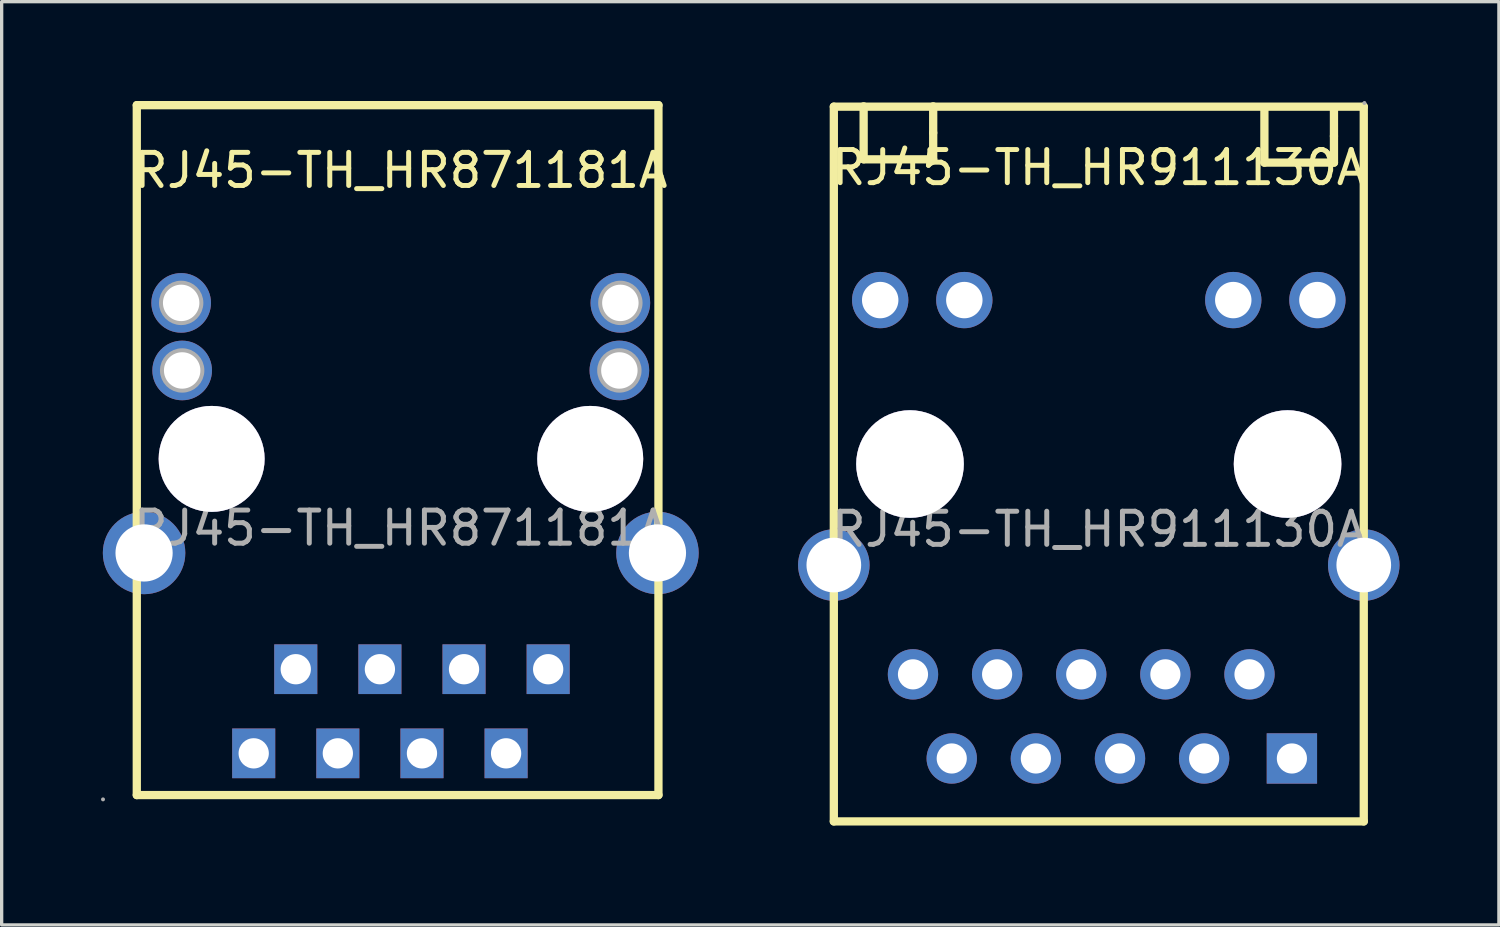
<source format=kicad_pcb>
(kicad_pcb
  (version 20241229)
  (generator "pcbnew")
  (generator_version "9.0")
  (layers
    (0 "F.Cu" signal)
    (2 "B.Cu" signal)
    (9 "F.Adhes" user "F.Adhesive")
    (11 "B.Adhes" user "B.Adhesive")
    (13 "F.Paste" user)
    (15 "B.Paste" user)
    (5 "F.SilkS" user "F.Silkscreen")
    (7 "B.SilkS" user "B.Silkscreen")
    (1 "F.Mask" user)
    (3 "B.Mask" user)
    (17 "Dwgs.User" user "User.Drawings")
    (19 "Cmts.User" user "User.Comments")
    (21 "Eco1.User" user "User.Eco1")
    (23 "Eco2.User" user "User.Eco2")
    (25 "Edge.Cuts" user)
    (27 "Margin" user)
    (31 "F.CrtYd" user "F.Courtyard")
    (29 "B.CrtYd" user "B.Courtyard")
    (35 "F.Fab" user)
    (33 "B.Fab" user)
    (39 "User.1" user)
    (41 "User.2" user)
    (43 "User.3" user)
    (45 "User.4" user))
  (footprint "RJ45-TH_HR871181A"
    (layer "F.Cu")
    (at 9.05 12.895)
    (property "Reference" "RJ45-TH_HR871181A" (at 0 -10.8 0) (layer "F.SilkS") (effects (font (size 1 1) (thickness 0.15))))
    (attr through_hole)
    (fp_line (start -7.97 -12.77) (end -7.97 8.06) (stroke (width 0.25) (type solid)) (layer "F.SilkS"))
    (fp_line (start -7.97 8.06) (end 7.78 8.06) (stroke (width 0.25) (type solid)) (layer "F.SilkS"))
    (fp_line (start 7.78 -12.77) (end -7.97 -12.77) (stroke (width 0.25) (type solid)) (layer "F.SilkS"))
    (fp_line (start 7.78 8.06) (end 7.78 -12.77) (stroke (width 0.25) (type solid)) (layer "F.SilkS"))
    (fp_circle (center -8.99 8.19) (end -8.96 8.19) (stroke (width 0.06) (type solid)) (fill no) (layer "F.Fab"))
    (fp_circle (center -7.75 0.75) (end -7.37 0.75) (stroke (width 0.76) (type solid)) (fill no) (layer "F.Fab"))
    (fp_circle (center -6.63 -6.8) (end -6.41 -6.8) (stroke (width 0.45) (type solid)) (fill no) (layer "F.Fab"))
    (fp_circle (center -6.6 -4.76) (end -6.38 -4.76) (stroke (width 0.45) (type solid)) (fill no) (layer "F.Fab"))
    (fp_circle (center -5.71 -2.09) (end -4.96 -2.09) (stroke (width 1.5) (type solid)) (fill no) (layer "F.Fab"))
    (fp_circle (center -4.44 6.8) (end -4.26 6.8) (stroke (width 0.36) (type solid)) (fill no) (layer "F.Fab"))
    (fp_circle (center -3.17 4.26) (end -2.99 4.26) (stroke (width 0.36) (type solid)) (fill no) (layer "F.Fab"))
    (fp_circle (center -1.9 6.8) (end -1.72 6.8) (stroke (width 0.36) (type solid)) (fill no) (layer "F.Fab"))
    (fp_circle (center -0.63 4.26) (end -0.45 4.26) (stroke (width 0.36) (type solid)) (fill no) (layer "F.Fab"))
    (fp_circle (center 0.64 6.8) (end 0.82 6.8) (stroke (width 0.36) (type solid)) (fill no) (layer "F.Fab"))
    (fp_circle (center 1.91 4.26) (end 2.09 4.26) (stroke (width 0.36) (type solid)) (fill no) (layer "F.Fab"))
    (fp_circle (center 3.18 6.8) (end 3.36 6.8) (stroke (width 0.36) (type solid)) (fill no) (layer "F.Fab"))
    (fp_circle (center 4.45 4.26) (end 4.63 4.26) (stroke (width 0.36) (type solid)) (fill no) (layer "F.Fab"))
    (fp_circle (center 5.72 -2.09) (end 6.47 -2.09) (stroke (width 1.5) (type solid)) (fill no) (layer "F.Fab"))
    (fp_circle (center 6.6 -4.76) (end 6.82 -4.76) (stroke (width 0.45) (type solid)) (fill no) (layer "F.Fab"))
    (fp_circle (center 6.63 -6.8) (end 6.85 -6.8) (stroke (width 0.45) (type solid)) (fill no) (layer "F.Fab"))
    (fp_circle (center 7.75 0.75) (end 8.13 0.75) (stroke (width 0.76) (type solid)) (fill no) (layer "F.Fab"))
    (fp_text user "${REFERENCE}" (at 0 0 0) (layer "F.Fab") (effects (font (size 1 1) (thickness 0.15))))
    (pad "" thru_hole circle (at -5.71 -2.09) (size 3.2 3.2) (drill 3.2) (layers "*.Cu" "*.Mask"))
    (pad "" thru_hole circle (at 5.72 -2.09) (size 3.2 3.2) (drill 3.2) (layers "*.Cu" "*.Mask"))
    (pad "1" thru_hole rect (at -4.44 6.8 270) (size 1.5 1.3) (drill 0.914) (layers "*.Cu" "*.Paste" "*.Mask"))
    (pad "2" thru_hole rect (at -3.17 4.26 270) (size 1.5 1.3) (drill 0.914) (layers "*.Cu" "*.Paste" "*.Mask"))
    (pad "3" thru_hole rect (at -1.9 6.8 270) (size 1.5 1.3) (drill 0.914) (layers "*.Cu" "*.Paste" "*.Mask"))
    (pad "4" thru_hole rect (at -0.63 4.26 270) (size 1.5 1.3) (drill 0.914) (layers "*.Cu" "*.Paste" "*.Mask"))
    (pad "5" thru_hole rect (at 0.64 6.8 270) (size 1.5 1.3) (drill 0.914) (layers "*.Cu" "*.Paste" "*.Mask"))
    (pad "6" thru_hole rect (at 1.91 4.26 270) (size 1.5 1.3) (drill 0.914) (layers "*.Cu" "*.Paste" "*.Mask"))
    (pad "7" thru_hole rect (at 3.18 6.8 270) (size 1.5 1.3) (drill 0.914) (layers "*.Cu" "*.Paste" "*.Mask"))
    (pad "8" thru_hole rect (at 4.45 4.26 270) (size 1.5 1.3) (drill 0.914) (layers "*.Cu" "*.Paste" "*.Mask"))
    (pad "9" thru_hole circle (at -6.6 -4.76 180) (size 1.8 1.8) (drill 1.1) (layers "*.Cu" "*.Paste" "*.Mask"))
    (pad "10" thru_hole circle (at -6.63 -6.8 180) (size 1.8 1.8) (drill 1.1) (layers "*.Cu" "*.Paste" "*.Mask"))
    (pad "11" thru_hole circle (at 6.6 -4.76 180) (size 1.8 1.8) (drill 1.1) (layers "*.Cu" "*.Paste" "*.Mask"))
    (pad "12" thru_hole circle (at 6.63 -6.8 180) (size 1.8 1.8) (drill 1.1) (layers "*.Cu" "*.Paste" "*.Mask"))
    (pad "13" thru_hole circle (at 7.75 0.75 180) (size 2.49 2.49) (drill 1.727) (layers "*.Cu" "*.Paste" "*.Mask"))
    (pad "14" thru_hole circle (at -7.75 0.75 180) (size 2.49 2.49) (drill 1.727) (layers "*.Cu" "*.Paste" "*.Mask")))
  (footprint "RJ45-TH_HR911130A"
    (layer "F.Cu")
    (at 30.125 12.93)
    (property "Reference" "RJ45-TH_HR911130A" (at 0 -10.92 0) (layer "F.SilkS") (effects (font (size 1 1) (thickness 0.15))))
    (attr through_hole)
    (fp_line (start -8 -12.76) (end 8 -12.76) (stroke (width 0.25) (type solid)) (layer "F.SilkS"))
    (fp_line (start -8 8.82) (end -8 -12.76) (stroke (width 0.25) (type solid)) (layer "F.SilkS"))
    (fp_line (start -7.1 -12.77) (end -7.1 -11.17) (stroke (width 0.25) (type solid)) (layer "F.SilkS"))
    (fp_line (start -7.1 -11.17) (end -5 -11.17) (stroke (width 0.25) (type solid)) (layer "F.SilkS"))
    (fp_line (start -5 -11.97) (end -5 -12.77) (stroke (width 0.25) (type solid)) (layer "F.SilkS"))
    (fp_line (start -5 -11.17) (end -5 -11.97) (stroke (width 0.25) (type solid)) (layer "F.SilkS"))
    (fp_line (start 5 -12.67) (end 5 -11.07) (stroke (width 0.25) (type solid)) (layer "F.SilkS"))
    (fp_line (start 5 -11.07) (end 7.1 -11.07) (stroke (width 0.25) (type solid)) (layer "F.SilkS"))
    (fp_line (start 7.1 -11.87) (end 7.1 -12.67) (stroke (width 0.25) (type solid)) (layer "F.SilkS"))
    (fp_line (start 7.1 -11.07) (end 7.1 -11.87) (stroke (width 0.25) (type solid)) (layer "F.SilkS"))
    (fp_line (start 8 -12.76) (end 8 8.82) (stroke (width 0.25) (type solid)) (layer "F.SilkS"))
    (fp_line (start 8 8.82) (end -8 8.82) (stroke (width 0.25) (type solid)) (layer "F.SilkS"))
    (fp_circle (center -5.7 -1.97) (end -4.95 -1.97) (stroke (width 1.5) (type solid)) (fill no) (layer "Cmts.User"))
    (fp_circle (center 5.7 -1.97) (end 6.45 -1.97) (stroke (width 1.5) (type solid)) (fill no) (layer "Cmts.User"))
    (fp_circle (center 8.02 -12.87) (end 8.05 -12.87) (stroke (width 0.06) (type solid)) (fill no) (layer "F.Fab"))
    (fp_text user "${REFERENCE}" (at 0 0 0) (layer "F.Fab") (effects (font (size 1 1) (thickness 0.15))))
    (pad "" thru_hole circle (at -5.7 -1.97) (size 3.25 3.25) (drill 3.25) (layers "*.Cu" "*.Mask"))
    (pad "" thru_hole circle (at 5.7 -1.97) (size 3.25 3.25) (drill 3.25) (layers "*.Cu" "*.Mask"))
    (pad "11" thru_hole circle (at 6.6 -6.92 180) (size 1.7 1.7) (drill 1.1) (layers "*.Cu" "*.Paste" "*.Mask"))
    (pad "12" thru_hole circle (at 4.06 -6.92 180) (size 1.7 1.7) (drill 1.1) (layers "*.Cu" "*.Paste" "*.Mask"))
    (pad "13" thru_hole circle (at -4.06 -6.92 180) (size 1.7 1.7) (drill 1.1) (layers "*.Cu" "*.Paste" "*.Mask"))
    (pad "14" thru_hole circle (at -6.6 -6.92 180) (size 1.7 1.7) (drill 1.1) (layers "*.Cu" "*.Paste" "*.Mask"))
    (pad "P1" thru_hole rect (at 5.83 6.92 180) (size 1.52 1.52) (drill 0.91) (layers "*.Cu" "*.Paste" "*.Mask"))
    (pad "P2" thru_hole circle (at 4.55 4.38 180) (size 1.52 1.52) (drill 0.91) (layers "*.Cu" "*.Paste" "*.Mask"))
    (pad "P3" thru_hole circle (at 3.18 6.92 180) (size 1.52 1.52) (drill 0.91) (layers "*.Cu" "*.Paste" "*.Mask"))
    (pad "P4" thru_hole circle (at 2.01 4.38 180) (size 1.52 1.52) (drill 0.91) (layers "*.Cu" "*.Paste" "*.Mask"))
    (pad "P5" thru_hole circle (at 0.64 6.92 180) (size 1.52 1.52) (drill 0.91) (layers "*.Cu" "*.Paste" "*.Mask"))
    (pad "P6" thru_hole circle (at -0.53 4.38 180) (size 1.52 1.52) (drill 0.91) (layers "*.Cu" "*.Paste" "*.Mask"))
    (pad "P7" thru_hole circle (at -1.9 6.92 180) (size 1.52 1.52) (drill 0.91) (layers "*.Cu" "*.Paste" "*.Mask"))
    (pad "P8" thru_hole circle (at -3.07 4.38 180) (size 1.52 1.52) (drill 0.91) (layers "*.Cu" "*.Paste" "*.Mask"))
    (pad "P9" thru_hole circle (at -4.44 6.92 180) (size 1.52 1.52) (drill 0.91) (layers "*.Cu" "*.Paste" "*.Mask"))
    (pad "P10" thru_hole circle (at -5.61 4.38 180) (size 1.52 1.52) (drill 0.91) (layers "*.Cu" "*.Paste" "*.Mask"))
    (pad "SHIELD0" thru_hole circle (at -8 1.08 180) (size 2.16 2.16) (drill 1.651) (layers "*.Cu" "*.Paste" "*.Mask"))
    (pad "SHIELD1" thru_hole circle (at 8 1.08 180) (size 2.16 2.16) (drill 1.651) (layers "*.Cu" "*.Paste" "*.Mask")))
  (gr_rect
    (start -3 -3)
    (end 42.205 24.875)
    (stroke (width 0.1) (type default))
    (fill no)
    (layer "Edge.Cuts")))
</source>
